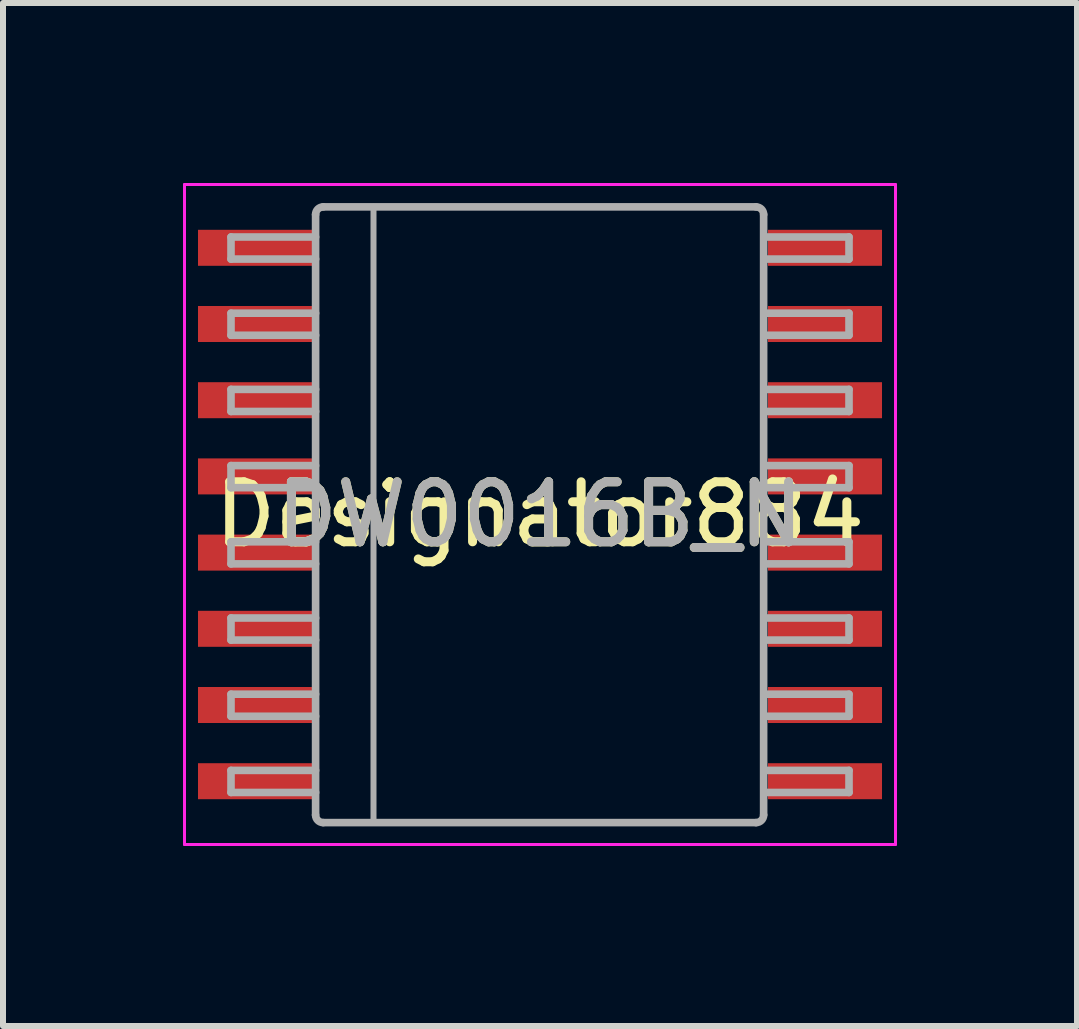
<source format=kicad_pcb>
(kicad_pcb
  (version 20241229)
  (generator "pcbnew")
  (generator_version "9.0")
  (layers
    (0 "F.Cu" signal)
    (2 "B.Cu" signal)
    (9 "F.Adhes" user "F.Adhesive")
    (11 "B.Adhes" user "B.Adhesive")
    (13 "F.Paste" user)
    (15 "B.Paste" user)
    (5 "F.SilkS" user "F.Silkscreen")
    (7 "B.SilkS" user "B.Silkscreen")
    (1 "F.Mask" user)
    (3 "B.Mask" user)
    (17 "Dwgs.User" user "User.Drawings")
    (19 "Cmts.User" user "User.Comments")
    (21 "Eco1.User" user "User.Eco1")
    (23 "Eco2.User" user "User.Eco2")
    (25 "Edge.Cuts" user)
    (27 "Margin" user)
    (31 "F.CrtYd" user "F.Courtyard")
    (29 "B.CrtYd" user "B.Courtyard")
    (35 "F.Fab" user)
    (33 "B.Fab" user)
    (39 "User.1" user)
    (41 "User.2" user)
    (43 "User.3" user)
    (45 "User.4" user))
  (footprint "DW0016B_N"
    (layer "F.Cu")
    (at 5.95 5.525)
    (property "Reference" "DW0016B_N" (at 0 0 0) (unlocked yes) (layer "F.SilkS") (effects (font (size 1 1) (thickness 0.15))))
    (attr smd)
    (fp_line (start -5.925 -5.5) (end 5.925 -5.5) (stroke (width 0.05) (type solid)) (layer "F.CrtYd"))
    (fp_line (start -5.925 5.5) (end -5.925 -5.5) (stroke (width 0.05) (type solid)) (layer "F.CrtYd"))
    (fp_line (start -5.925 5.5) (end 5.925 5.5) (stroke (width 0.05) (type solid)) (layer "F.CrtYd"))
    (fp_line (start 5.925 5.5) (end 5.925 -5.5) (stroke (width 0.05) (type solid)) (layer "F.CrtYd"))
    (fp_line (start -5.15 -4.625) (end -3.74 -4.625) (stroke (width 0.127) (type solid)) (layer "F.Fab"))
    (fp_line (start -5.15 -4.257) (end -5.15 -4.625) (stroke (width 0.127) (type solid)) (layer "F.Fab"))
    (fp_line (start -5.15 -4.257) (end -3.74 -4.257) (stroke (width 0.127) (type solid)) (layer "F.Fab"))
    (fp_line (start -5.15 -3.355) (end -3.74 -3.355) (stroke (width 0.127) (type solid)) (layer "F.Fab"))
    (fp_line (start -5.15 -2.987) (end -5.15 -3.355) (stroke (width 0.127) (type solid)) (layer "F.Fab"))
    (fp_line (start -5.15 -2.987) (end -3.74 -2.987) (stroke (width 0.127) (type solid)) (layer "F.Fab"))
    (fp_line (start -5.15 -2.085) (end -3.74 -2.085) (stroke (width 0.127) (type solid)) (layer "F.Fab"))
    (fp_line (start -5.15 -1.717) (end -5.15 -2.085) (stroke (width 0.127) (type solid)) (layer "F.Fab"))
    (fp_line (start -5.15 -1.717) (end -3.74 -1.717) (stroke (width 0.127) (type solid)) (layer "F.Fab"))
    (fp_line (start -5.15 -0.815) (end -3.74 -0.815) (stroke (width 0.127) (type solid)) (layer "F.Fab"))
    (fp_line (start -5.15 -0.447) (end -5.15 -0.815) (stroke (width 0.127) (type solid)) (layer "F.Fab"))
    (fp_line (start -5.15 -0.447) (end -3.74 -0.447) (stroke (width 0.127) (type solid)) (layer "F.Fab"))
    (fp_line (start -5.15 0.455) (end -3.74 0.455) (stroke (width 0.127) (type solid)) (layer "F.Fab"))
    (fp_line (start -5.15 0.823) (end -5.15 0.455) (stroke (width 0.127) (type solid)) (layer "F.Fab"))
    (fp_line (start -5.15 0.823) (end -3.74 0.823) (stroke (width 0.127) (type solid)) (layer "F.Fab"))
    (fp_line (start -5.15 1.725) (end -3.74 1.725) (stroke (width 0.127) (type solid)) (layer "F.Fab"))
    (fp_line (start -5.15 2.093) (end -5.15 1.725) (stroke (width 0.127) (type solid)) (layer "F.Fab"))
    (fp_line (start -5.15 2.093) (end -3.74 2.093) (stroke (width 0.127) (type solid)) (layer "F.Fab"))
    (fp_line (start -5.15 2.995) (end -3.74 2.995) (stroke (width 0.127) (type solid)) (layer "F.Fab"))
    (fp_line (start -5.15 3.363) (end -5.15 2.995) (stroke (width 0.127) (type solid)) (layer "F.Fab"))
    (fp_line (start -5.15 3.363) (end -3.74 3.363) (stroke (width 0.127) (type solid)) (layer "F.Fab"))
    (fp_line (start -5.15 4.265) (end -3.74 4.265) (stroke (width 0.127) (type solid)) (layer "F.Fab"))
    (fp_line (start -5.15 4.633) (end -5.15 4.265) (stroke (width 0.127) (type solid)) (layer "F.Fab"))
    (fp_line (start -5.15 4.633) (end -3.74 4.633) (stroke (width 0.127) (type solid)) (layer "F.Fab"))
    (fp_line (start -3.74 5.008) (end -3.74 -5) (stroke (width 0.127) (type solid)) (layer "F.Fab"))
    (fp_line (start -3.614 -5.127) (end 3.601 -5.127) (stroke (width 0.127) (type solid)) (layer "F.Fab"))
    (fp_line (start -3.614 5.135) (end 3.601 5.135) (stroke (width 0.127) (type solid)) (layer "F.Fab"))
    (fp_line (start -2.775 5.135) (end -2.775 -5.127) (stroke (width 0.1) (type solid)) (layer "F.Fab"))
    (fp_line (start 3.727 5.008) (end 3.727 -5) (stroke (width 0.127) (type solid)) (layer "F.Fab"))
    (fp_line (start 3.74 -4.625) (end 5.15 -4.625) (stroke (width 0.127) (type solid)) (layer "F.Fab"))
    (fp_line (start 3.74 -4.257) (end 5.15 -4.257) (stroke (width 0.127) (type solid)) (layer "F.Fab"))
    (fp_line (start 3.74 -3.355) (end 5.15 -3.355) (stroke (width 0.127) (type solid)) (layer "F.Fab"))
    (fp_line (start 3.74 -2.987) (end 5.15 -2.987) (stroke (width 0.127) (type solid)) (layer "F.Fab"))
    (fp_line (start 3.74 -2.085) (end 5.15 -2.085) (stroke (width 0.127) (type solid)) (layer "F.Fab"))
    (fp_line (start 3.74 -1.717) (end 5.15 -1.717) (stroke (width 0.127) (type solid)) (layer "F.Fab"))
    (fp_line (start 3.74 -0.815) (end 5.15 -0.815) (stroke (width 0.127) (type solid)) (layer "F.Fab"))
    (fp_line (start 3.74 -0.447) (end 5.15 -0.447) (stroke (width 0.127) (type solid)) (layer "F.Fab"))
    (fp_line (start 3.74 0.455) (end 5.15 0.455) (stroke (width 0.127) (type solid)) (layer "F.Fab"))
    (fp_line (start 3.74 0.823) (end 5.15 0.823) (stroke (width 0.127) (type solid)) (layer "F.Fab"))
    (fp_line (start 3.74 1.725) (end 5.15 1.725) (stroke (width 0.127) (type solid)) (layer "F.Fab"))
    (fp_line (start 3.74 2.093) (end 5.15 2.093) (stroke (width 0.127) (type solid)) (layer "F.Fab"))
    (fp_line (start 3.74 2.995) (end 5.15 2.995) (stroke (width 0.127) (type solid)) (layer "F.Fab"))
    (fp_line (start 3.74 3.363) (end 5.15 3.363) (stroke (width 0.127) (type solid)) (layer "F.Fab"))
    (fp_line (start 3.74 4.265) (end 5.15 4.265) (stroke (width 0.127) (type solid)) (layer "F.Fab"))
    (fp_line (start 3.74 4.633) (end 5.15 4.633) (stroke (width 0.127) (type solid)) (layer "F.Fab"))
    (fp_line (start 5.15 -4.257) (end 5.15 -4.625) (stroke (width 0.127) (type solid)) (layer "F.Fab"))
    (fp_line (start 5.15 -2.987) (end 5.15 -3.355) (stroke (width 0.127) (type solid)) (layer "F.Fab"))
    (fp_line (start 5.15 -1.717) (end 5.15 -2.085) (stroke (width 0.127) (type solid)) (layer "F.Fab"))
    (fp_line (start 5.15 -0.447) (end 5.15 -0.815) (stroke (width 0.127) (type solid)) (layer "F.Fab"))
    (fp_line (start 5.15 0.823) (end 5.15 0.455) (stroke (width 0.127) (type solid)) (layer "F.Fab"))
    (fp_line (start 5.15 2.093) (end 5.15 1.725) (stroke (width 0.127) (type solid)) (layer "F.Fab"))
    (fp_line (start 5.15 3.363) (end 5.15 2.995) (stroke (width 0.127) (type solid)) (layer "F.Fab"))
    (fp_line (start 5.15 4.633) (end 5.15 4.265) (stroke (width 0.127) (type solid)) (layer "F.Fab"))
    (fp_arc (start -3.740299 -5.000131) (mid -3.703105 -5.089455) (end -3.613781 -5.126649) (stroke (width 0.127) (type solid)) (layer "F.Fab"))
    (fp_arc (start -3.613781 5.134949) (mid -3.703105 5.097755) (end -3.740299 5.008432) (stroke (width 0.127) (type solid)) (layer "F.Fab"))
    (fp_arc (start 3.600756 -5.126649) (mid 3.690092 -5.08946) (end 3.727299 -5.000131) (stroke (width 0.127) (type solid)) (layer "F.Fab"))
    (fp_arc (start 3.727299 5.008432) (mid 3.690092 5.09776) (end 3.600756 5.13495) (stroke (width 0.127) (type solid)) (layer "F.Fab"))
    (fp_text user "Designator884" (at -0.005 0 0) (unlocked yes) (layer "F.SilkS") (effects (font (size 1 1) (thickness 0.15))))
    (fp_text user "${REFERENCE}" (at 0 0 0) (unlocked yes) (layer "F.Fab") (effects (font (size 1 1) (thickness 0.15))))
    (pad "1" smd rect (at -4.75 -4.445 90) (size 0.6 1.9) (layers "F.Cu" "F.Mask" "F.Paste"))
    (pad "2" smd rect (at -4.75 -3.175 90) (size 0.6 1.9) (layers "F.Cu" "F.Mask" "F.Paste"))
    (pad "3" smd rect (at -4.75 -1.905 90) (size 0.6 1.9) (layers "F.Cu" "F.Mask" "F.Paste"))
    (pad "4" smd rect (at -4.75 -0.635 90) (size 0.6 1.9) (layers "F.Cu" "F.Mask" "F.Paste"))
    (pad "5" smd rect (at -4.75 0.635 90) (size 0.6 1.9) (layers "F.Cu" "F.Mask" "F.Paste"))
    (pad "6" smd rect (at -4.75 1.905 90) (size 0.6 1.9) (layers "F.Cu" "F.Mask" "F.Paste"))
    (pad "7" smd rect (at -4.75 3.175 90) (size 0.6 1.9) (layers "F.Cu" "F.Mask" "F.Paste"))
    (pad "8" smd rect (at -4.75 4.445 90) (size 0.6 1.9) (layers "F.Cu" "F.Mask" "F.Paste"))
    (pad "9" smd rect (at 4.75 4.445 90) (size 0.6 1.9) (layers "F.Cu" "F.Mask" "F.Paste"))
    (pad "10" smd rect (at 4.75 3.175 90) (size 0.6 1.9) (layers "F.Cu" "F.Mask" "F.Paste"))
    (pad "11" smd rect (at 4.75 1.905 90) (size 0.6 1.9) (layers "F.Cu" "F.Mask" "F.Paste"))
    (pad "12" smd rect (at 4.75 0.635 90) (size 0.6 1.9) (layers "F.Cu" "F.Mask" "F.Paste"))
    (pad "13" smd rect (at 4.75 -0.635 90) (size 0.6 1.9) (layers "F.Cu" "F.Mask" "F.Paste"))
    (pad "14" smd rect (at 4.75 -1.905 90) (size 0.6 1.9) (layers "F.Cu" "F.Mask" "F.Paste"))
    (pad "15" smd rect (at 4.75 -3.175 90) (size 0.6 1.9) (layers "F.Cu" "F.Mask" "F.Paste"))
    (pad "16" smd rect (at 4.75 -4.445 90) (size 0.6 1.9) (layers "F.Cu" "F.Mask" "F.Paste")))
  (gr_rect
    (start -3 -3)
    (end 14.9 14.05)
    (stroke (width 0.1) (type default))
    (fill no)
    (layer "Edge.Cuts")))
</source>
